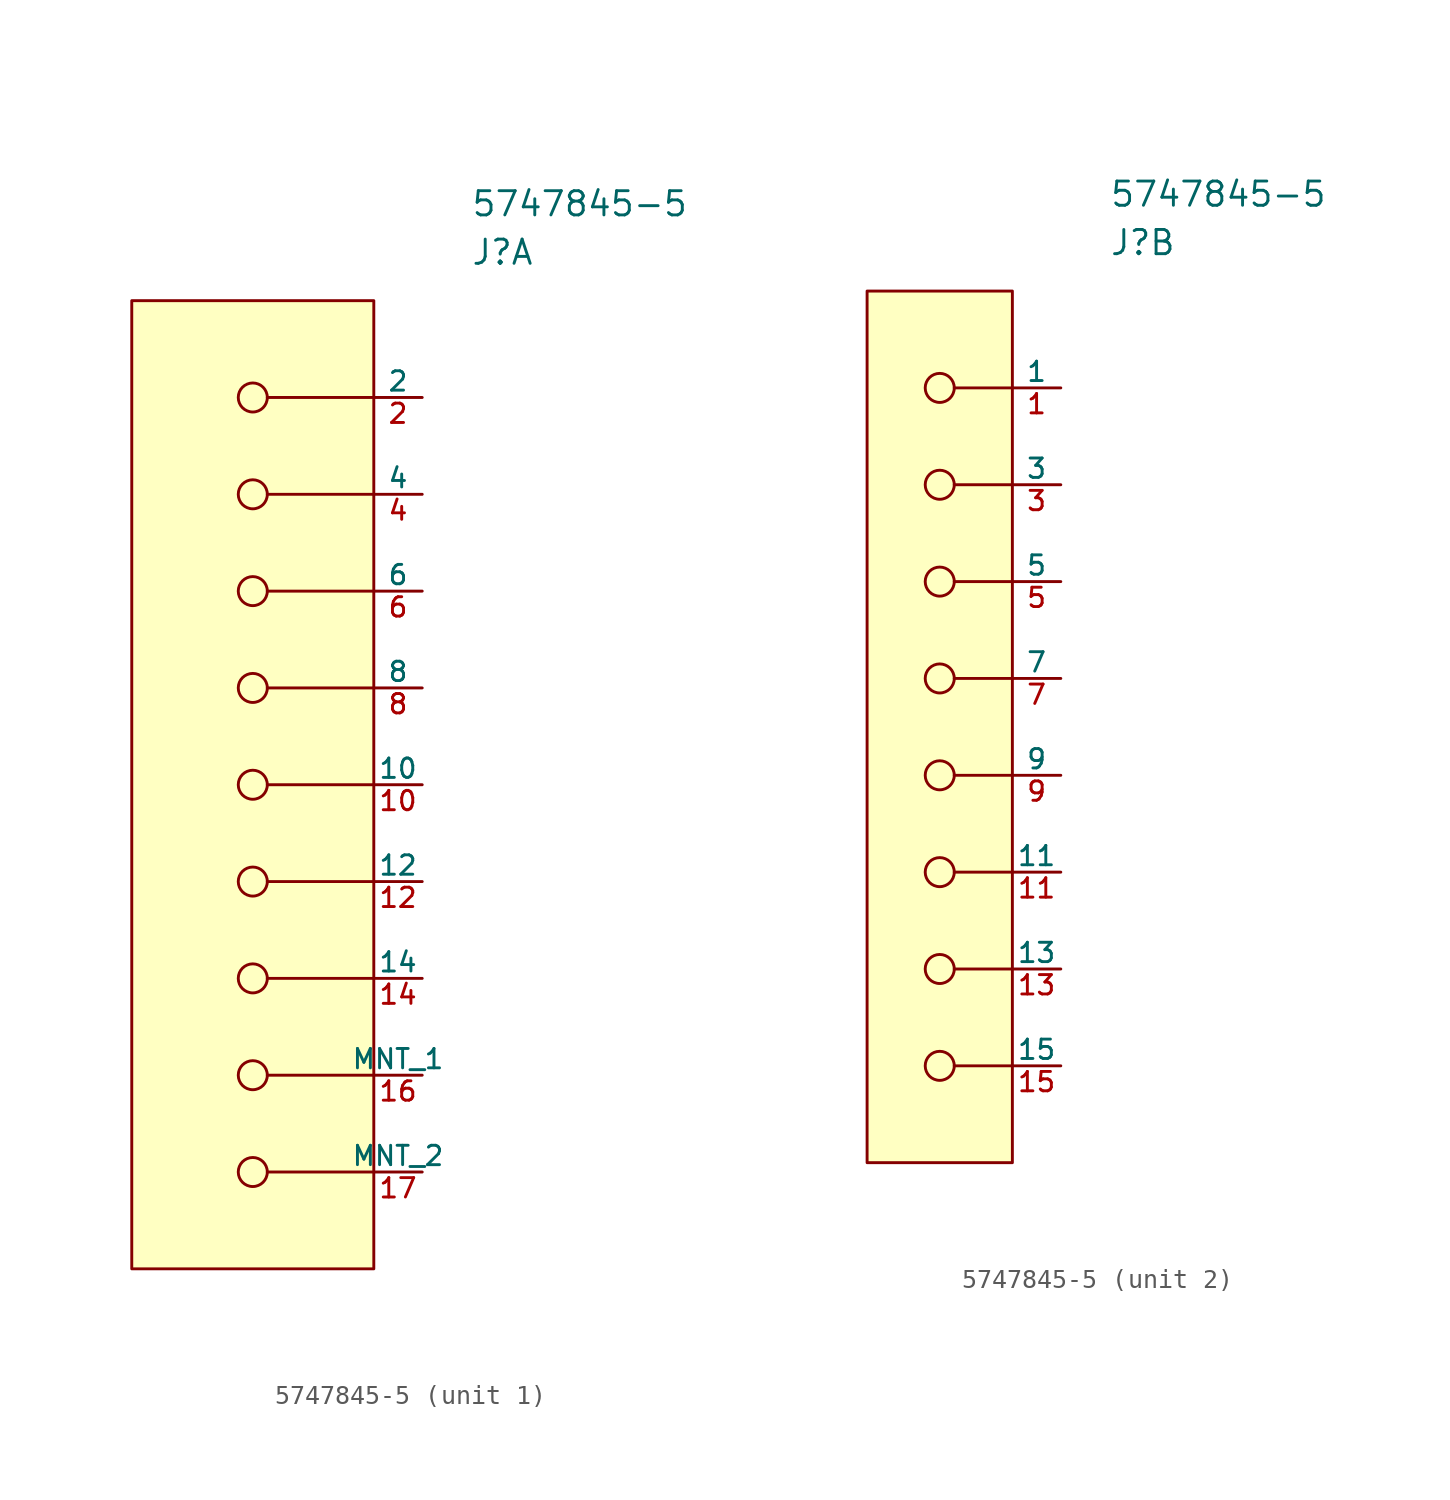
<source format=kicad_sym>
(kicad_symbol_lib
  (version 20211014)
  (generator kicad_symbol_editor)
  (symbol "5747845-5"
    (pin_names
      (offset 0))
    (property "Reference" "J"
      (at 0 7.62 0)
      (effects (font (size 1.27 1.27)) (justify left)))
    (property "Value" "5747845-5"
      (at 0 10.16 0)
      (effects (font (size 1.27 1.27)) (justify left)))
    (property "ki_locked" ""
      (at 0 0 0)
      (effects (font (size 1.27 1.27))))
    (symbol "5747845-5_1_1"
      (rectangle (start -17.78 5.08) (end -5.08 -45.72) (stroke (width 0) (type default) (color 0 0 0 0)) (fill (type background)))
      (circle (center -11.43 -40.64) (radius 0.762) (stroke (width 0) (type default) (color 0 0 0 0)) (fill (type none)))
      (circle (center -11.43 -35.56) (radius 0.762) (stroke (width 0) (type default) (color 0 0 0 0)) (fill (type none)))
      (circle (center -11.43 -30.48) (radius 0.762) (stroke (width 0) (type default) (color 0 0 0 0)) (fill (type none)))
      (circle (center -11.43 -25.4) (radius 0.762) (stroke (width 0) (type default) (color 0 0 0 0)) (fill (type none)))
      (circle (center -11.43 -20.32) (radius 0.762) (stroke (width 0) (type default) (color 0 0 0 0)) (fill (type none)))
      (circle (center -11.43 -15.24) (radius 0.762) (stroke (width 0) (type default) (color 0 0 0 0)) (fill (type none)))
      (circle (center -11.43 -10.16) (radius 0.762) (stroke (width 0) (type default) (color 0 0 0 0)) (fill (type none)))
      (circle (center -11.43 -5.08) (radius 0.762) (stroke (width 0) (type default) (color 0 0 0 0)) (fill (type none)))
      (circle (center -11.43 0) (radius 0.762) (stroke (width 0) (type default) (color 0 0 0 0)) (fill (type none)))
      (polyline (pts (xy -10.668 -40.64) (xy -5.08 -40.64)) (stroke (width 0) (type default) (color 0 0 0 0)) (fill (type none)))
      (polyline (pts (xy -10.668 -35.56) (xy -5.08 -35.56)) (stroke (width 0) (type default) (color 0 0 0 0)) (fill (type none)))
      (polyline (pts (xy -10.668 -30.48) (xy -5.08 -30.48)) (stroke (width 0) (type default) (color 0 0 0 0)) (fill (type none)))
      (polyline (pts (xy -10.668 -25.4) (xy -5.08 -25.4)) (stroke (width 0) (type default) (color 0 0 0 0)) (fill (type none)))
      (polyline (pts (xy -10.668 -20.32) (xy -5.08 -20.32)) (stroke (width 0) (type default) (color 0 0 0 0)) (fill (type none)))
      (polyline (pts (xy -10.668 -15.24) (xy -5.08 -15.24)) (stroke (width 0) (type default) (color 0 0 0 0)) (fill (type none)))
      (polyline (pts (xy -10.668 -10.16) (xy -5.08 -10.16)) (stroke (width 0) (type default) (color 0 0 0 0)) (fill (type none)))
      (polyline (pts (xy -10.668 -5.08) (xy -5.08 -5.08)) (stroke (width 0) (type default) (color 0 0 0 0)) (fill (type none)))
      (polyline (pts (xy -10.668 0) (xy -5.08 0)) (stroke (width 0) (type default) (color 0 0 0 0)) (fill (type none)))
      (pin passive line (at -2.54 -20.32 180) (length 2.54) (name "10" (effects (font (size 1.016 1.016)))) (number "10" (effects (font (size 1.016 1.016)))))
      (pin passive line (at -2.54 -25.4 180) (length 2.54) (name "12" (effects (font (size 1.016 1.016)))) (number "12" (effects (font (size 1.016 1.016)))))
      (pin passive line (at -2.54 -30.48 180) (length 2.54) (name "14" (effects (font (size 1.016 1.016)))) (number "14" (effects (font (size 1.016 1.016)))))
      (pin passive line (at -2.54 -35.56 180) (length 2.54) (name "MNT_1" (effects (font (size 1.016 1.016)))) (number "16" (effects (font (size 1.016 1.016)))))
      (pin passive line (at -2.54 -40.64 180) (length 2.54) (name "MNT_2" (effects (font (size 1.016 1.016)))) (number "17" (effects (font (size 1.016 1.016)))))
      (pin passive line (at -2.54 0 180) (length 2.54) (name "2" (effects (font (size 1.016 1.016)))) (number "2" (effects (font (size 1.016 1.016)))))
      (pin passive line (at -2.54 -5.08 180) (length 2.54) (name "4" (effects (font (size 1.016 1.016)))) (number "4" (effects (font (size 1.016 1.016)))))
      (pin passive line (at -2.54 -10.16 180) (length 2.54) (name "6" (effects (font (size 1.016 1.016)))) (number "6" (effects (font (size 1.016 1.016)))))
      (pin passive line (at -2.54 -15.24 180) (length 2.54) (name "8" (effects (font (size 1.016 1.016)))) (number "8" (effects (font (size 1.016 1.016))))))
    (symbol "5747845-5_2_1"
      (rectangle (start -12.7 5.08) (end -5.08 -40.64) (stroke (width 0) (type default) (color 0 0 0 0)) (fill (type background)))
      (circle (center -8.89 -35.56) (radius 0.762) (stroke (width 0) (type default) (color 0 0 0 0)) (fill (type none)))
      (circle (center -8.89 -30.48) (radius 0.762) (stroke (width 0) (type default) (color 0 0 0 0)) (fill (type none)))
      (circle (center -8.89 -25.4) (radius 0.762) (stroke (width 0) (type default) (color 0 0 0 0)) (fill (type none)))
      (circle (center -8.89 -20.32) (radius 0.762) (stroke (width 0) (type default) (color 0 0 0 0)) (fill (type none)))
      (circle (center -8.89 -15.24) (radius 0.762) (stroke (width 0) (type default) (color 0 0 0 0)) (fill (type none)))
      (circle (center -8.89 -10.16) (radius 0.762) (stroke (width 0) (type default) (color 0 0 0 0)) (fill (type none)))
      (circle (center -8.89 -5.08) (radius 0.762) (stroke (width 0) (type default) (color 0 0 0 0)) (fill (type none)))
      (circle (center -8.89 0) (radius 0.762) (stroke (width 0) (type default) (color 0 0 0 0)) (fill (type none)))
      (polyline (pts (xy -8.128 -35.56) (xy -5.08 -35.56)) (stroke (width 0) (type default) (color 0 0 0 0)) (fill (type none)))
      (polyline (pts (xy -8.128 -30.48) (xy -5.08 -30.48)) (stroke (width 0) (type default) (color 0 0 0 0)) (fill (type none)))
      (polyline (pts (xy -8.128 -25.4) (xy -5.08 -25.4)) (stroke (width 0) (type default) (color 0 0 0 0)) (fill (type none)))
      (polyline (pts (xy -8.128 -20.32) (xy -5.08 -20.32)) (stroke (width 0) (type default) (color 0 0 0 0)) (fill (type none)))
      (polyline (pts (xy -8.128 -15.24) (xy -5.08 -15.24)) (stroke (width 0) (type default) (color 0 0 0 0)) (fill (type none)))
      (polyline (pts (xy -8.128 -10.16) (xy -5.08 -10.16)) (stroke (width 0) (type default) (color 0 0 0 0)) (fill (type none)))
      (polyline (pts (xy -8.128 -5.08) (xy -5.08 -5.08)) (stroke (width 0) (type default) (color 0 0 0 0)) (fill (type none)))
      (polyline (pts (xy -8.128 0) (xy -5.08 0)) (stroke (width 0) (type default) (color 0 0 0 0)) (fill (type none)))
      (pin passive line (at -2.54 0 180) (length 2.54) (name "1" (effects (font (size 1.016 1.016)))) (number "1" (effects (font (size 1.016 1.016)))))
      (pin passive line (at -2.54 -25.4 180) (length 2.54) (name "11" (effects (font (size 1.016 1.016)))) (number "11" (effects (font (size 1.016 1.016)))))
      (pin passive line (at -2.54 -30.48 180) (length 2.54) (name "13" (effects (font (size 1.016 1.016)))) (number "13" (effects (font (size 1.016 1.016)))))
      (pin passive line (at -2.54 -35.56 180) (length 2.54) (name "15" (effects (font (size 1.016 1.016)))) (number "15" (effects (font (size 1.016 1.016)))))
      (pin passive line (at -2.54 -5.08 180) (length 2.54) (name "3" (effects (font (size 1.016 1.016)))) (number "3" (effects (font (size 1.016 1.016)))))
      (pin passive line (at -2.54 -10.16 180) (length 2.54) (name "5" (effects (font (size 1.016 1.016)))) (number "5" (effects (font (size 1.016 1.016)))))
      (pin passive line (at -2.54 -15.24 180) (length 2.54) (name "7" (effects (font (size 1.016 1.016)))) (number "7" (effects (font (size 1.016 1.016)))))
      (pin passive line (at -2.54 -20.32 180) (length 2.54) (name "9" (effects (font (size 1.016 1.016)))) (number "9" (effects (font (size 1.016 1.016))))))))
</source>
